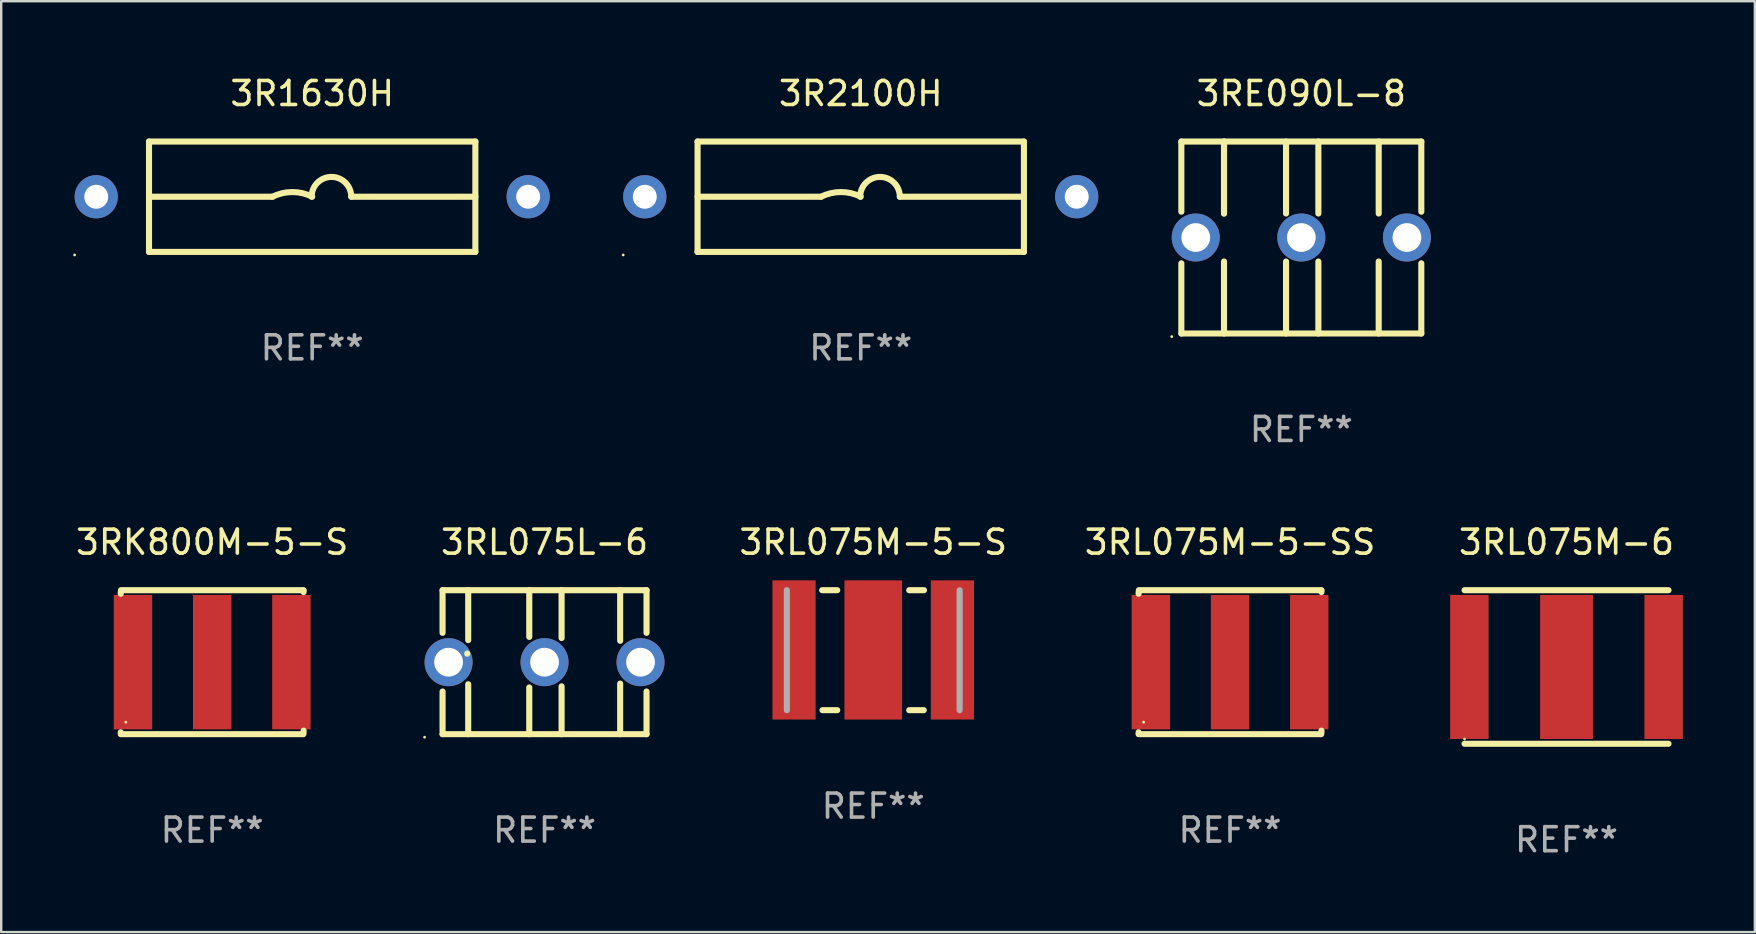
<source format=kicad_pcb>
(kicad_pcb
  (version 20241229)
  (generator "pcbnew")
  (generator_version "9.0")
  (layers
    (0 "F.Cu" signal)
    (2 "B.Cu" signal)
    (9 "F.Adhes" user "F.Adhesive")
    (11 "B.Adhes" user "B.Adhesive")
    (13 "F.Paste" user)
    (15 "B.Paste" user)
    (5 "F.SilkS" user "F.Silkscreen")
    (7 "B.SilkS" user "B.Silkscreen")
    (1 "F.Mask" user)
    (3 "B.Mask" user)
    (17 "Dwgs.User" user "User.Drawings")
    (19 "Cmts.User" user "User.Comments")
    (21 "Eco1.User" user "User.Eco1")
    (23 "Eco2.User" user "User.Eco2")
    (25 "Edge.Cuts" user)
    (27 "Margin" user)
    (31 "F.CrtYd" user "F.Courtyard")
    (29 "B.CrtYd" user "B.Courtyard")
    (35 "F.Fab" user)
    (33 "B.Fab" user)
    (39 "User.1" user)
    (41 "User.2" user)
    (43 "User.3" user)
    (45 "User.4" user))
  (footprint "3RL075M-5-SS"
    (layer "F.Cu")
    (at 48.209 24.545)
    (property "Reference" "3RL075M-5-SS" (at 0 -5 0) (layer "F.SilkS") (effects (font (size 1 1) (thickness 0.15))))
    (attr through_hole)
    (fp_line (start -3.81 -2.921) (end -3.81 -2.852) (stroke (width 0.254) (type solid)) (layer "F.SilkS"))
    (fp_line (start -3.81 2.921) (end -3.81 2.99) (stroke (width 0.254) (type solid)) (layer "F.SilkS"))
    (fp_line (start -3.8 -3) (end 3.8 -3) (stroke (width 0.254) (type solid)) (layer "F.SilkS"))
    (fp_line (start -3.8 3) (end 3.8 3) (stroke (width 0.254) (type solid)) (layer "F.SilkS"))
    (fp_line (start 3.81 -2.921) (end 3.81 -2.99) (stroke (width 0.254) (type solid)) (layer "F.SilkS"))
    (fp_line (start 3.81 2.921) (end 3.81 2.852) (stroke (width 0.254) (type solid)) (layer "F.SilkS"))
    (fp_circle (center -3.6 2.5) (end -3.57 2.5) (stroke (width 0.06) (type solid)) (fill no) (layer "F.SilkS"))
    (fp_text user "REF**" (at 0 7 0) (layer "F.Fab") (effects (font (size 1 1) (thickness 0.15))))
    (pad "1" smd rect (at -3.3 0) (size 1.6 5.6) (layers "F.Cu" "F.Mask" "F.Paste"))
    (pad "2" smd rect (at 3.3 0) (size 1.6 5.6) (layers "F.Cu" "F.Mask" "F.Paste"))
    (pad "3" smd rect (at 0 0) (size 1.6 5.6) (layers "F.Cu" "F.Mask" "F.Paste")))
  (footprint "3R2100H"
    (layer "F.Cu")
    (at 32.82 5.148)
    (property "Reference" "3R2100H" (at 0 -4.3 0) (layer "F.SilkS") (effects (font (size 1 1) (thickness 0.15))))
    (attr through_hole)
    (fp_line (start -6.8 -2.3) (end -6.8 2.3) (stroke (width 0.254) (type solid)) (layer "F.SilkS"))
    (fp_line (start -6.8 -2.3) (end 6.8 -2.3) (stroke (width 0.254) (type solid)) (layer "F.SilkS"))
    (fp_line (start -6.8 2.3) (end 6.8 2.3) (stroke (width 0.254) (type solid)) (layer "F.SilkS"))
    (fp_line (start -1.651 0) (end -6.8 0) (stroke (width 0.254) (type solid)) (layer "F.SilkS"))
    (fp_line (start 1.628 0) (end 6.8 0) (stroke (width 0.254) (type solid)) (layer "F.SilkS"))
    (fp_line (start 6.8 -2.3) (end 6.8 2.3) (stroke (width 0.254) (type solid)) (layer "F.SilkS"))
    (fp_arc (start -1.651003 0) (mid -0.825502 -0.194874) (end 0 0) (stroke (width 0.254001) (type solid)) (layer "F.SilkS"))
    (fp_arc (start -0.023013 0) (mid 0.802489 -0.825502) (end 1.627991 0) (stroke (width 0.254001) (type solid)) (layer "F.SilkS"))
    (fp_circle (center -9.9 2.427) (end -9.87 2.427) (stroke (width 0.06) (type solid)) (fill no) (layer "F.SilkS"))
    (fp_text user "REF**" (at 0 6.3 0) (layer "F.Fab") (effects (font (size 1 1) (thickness 0.15))))
    (pad "1" thru_hole circle (at -9 0.002) (size 1.8 1.8) (drill 1) (layers "*.Cu" "*.Mask"))
    (pad "2" thru_hole circle (at 9 0) (size 1.8 1.8) (drill 1) (layers "*.Cu" "*.Mask")))
  (footprint "3RK800M-5-S"
    (layer "F.Cu")
    (at 5.792 24.545)
    (property "Reference" "3RK800M-5-S" (at 0 -5 0) (layer "F.SilkS") (effects (font (size 1 1) (thickness 0.15))))
    (attr through_hole)
    (fp_line (start -3.81 -2.921) (end -3.81 -2.852) (stroke (width 0.254) (type solid)) (layer "F.SilkS"))
    (fp_line (start -3.81 2.921) (end -3.81 2.99) (stroke (width 0.254) (type solid)) (layer "F.SilkS"))
    (fp_line (start -3.8 -3) (end 3.8 -3) (stroke (width 0.254) (type solid)) (layer "F.SilkS"))
    (fp_line (start -3.8 3) (end 3.8 3) (stroke (width 0.254) (type solid)) (layer "F.SilkS"))
    (fp_line (start 3.81 -2.921) (end 3.81 -2.99) (stroke (width 0.254) (type solid)) (layer "F.SilkS"))
    (fp_line (start 3.81 2.921) (end 3.81 2.852) (stroke (width 0.254) (type solid)) (layer "F.SilkS"))
    (fp_circle (center -3.6 2.5) (end -3.57 2.5) (stroke (width 0.06) (type solid)) (fill no) (layer "F.SilkS"))
    (fp_text user "REF**" (at 0 7 0) (layer "F.Fab") (effects (font (size 1 1) (thickness 0.15))))
    (pad "1" smd rect (at -3.3 0) (size 1.6 5.6) (layers "F.Cu" "F.Mask" "F.Paste"))
    (pad "2" smd rect (at 3.3 0) (size 1.6 5.6) (layers "F.Cu" "F.Mask" "F.Paste"))
    (pad "3" smd rect (at 0 0) (size 1.6 5.6) (layers "F.Cu" "F.Mask" "F.Paste")))
  (footprint "3RL075M-6"
    (layer "F.Cu")
    (at 62.231 24.745)
    (property "Reference" "3RL075M-6" (at 0 -5.2 0) (layer "F.SilkS") (effects (font (size 1 1) (thickness 0.15))))
    (attr through_hole)
    (fp_line (start -4.25 -3.2) (end 4.25 -3.2) (stroke (width 0.254) (type solid)) (layer "F.SilkS"))
    (fp_line (start -4.25 3.2) (end 4.25 3.2) (stroke (width 0.254) (type solid)) (layer "F.SilkS"))
    (fp_circle (center -4.25 3) (end -4.22 3) (stroke (width 0.06) (type solid)) (fill no) (layer "F.SilkS"))
    (fp_text user "REF**" (at 0 7.2 0) (layer "F.Fab") (effects (font (size 1 1) (thickness 0.15))))
    (pad "1" smd rect (at -4.05 0) (size 1.6 6) (layers "F.Cu" "F.Mask" "F.Paste"))
    (pad "2" smd rect (at 4.047 0) (size 1.6 6) (layers "F.Cu" "F.Mask" "F.Paste"))
    (pad "3" smd rect (at 0 0) (size 2.2 6) (layers "F.Cu" "F.Mask" "F.Paste")))
  (footprint "3R1630H"
    (layer "F.Cu")
    (at 9.96 5.148)
    (property "Reference" "3R1630H" (at 0 -4.3 0) (layer "F.SilkS") (effects (font (size 1 1) (thickness 0.15))))
    (attr through_hole)
    (fp_line (start -6.8 -2.3) (end -6.8 2.3) (stroke (width 0.254) (type solid)) (layer "F.SilkS"))
    (fp_line (start -6.8 -2.3) (end 6.8 -2.3) (stroke (width 0.254) (type solid)) (layer "F.SilkS"))
    (fp_line (start -6.8 2.3) (end 6.8 2.3) (stroke (width 0.254) (type solid)) (layer "F.SilkS"))
    (fp_line (start -1.651 0) (end -6.8 0) (stroke (width 0.254) (type solid)) (layer "F.SilkS"))
    (fp_line (start 1.628 0) (end 6.8 0) (stroke (width 0.254) (type solid)) (layer "F.SilkS"))
    (fp_line (start 6.8 -2.3) (end 6.8 2.3) (stroke (width 0.254) (type solid)) (layer "F.SilkS"))
    (fp_arc (start -1.651003 0) (mid -0.825502 -0.194874) (end 0 0) (stroke (width 0.254001) (type solid)) (layer "F.SilkS"))
    (fp_arc (start -0.023013 0) (mid 0.802489 -0.825502) (end 1.627991 0) (stroke (width 0.254001) (type solid)) (layer "F.SilkS"))
    (fp_circle (center -9.9 2.427) (end -9.87 2.427) (stroke (width 0.06) (type solid)) (fill no) (layer "F.SilkS"))
    (fp_text user "REF**" (at 0 6.3 0) (layer "F.Fab") (effects (font (size 1 1) (thickness 0.15))))
    (pad "1" thru_hole circle (at -9 0.002) (size 1.8 1.8) (drill 1) (layers "*.Cu" "*.Mask"))
    (pad "2" thru_hole circle (at 9 0) (size 1.8 1.8) (drill 1) (layers "*.Cu" "*.Mask")))
  (footprint "3RL075M-5-S"
    (layer "F.Cu")
    (at 33.34 24.045)
    (property "Reference" "3RL075M-5-S" (at 0 -4.5 0) (layer "F.SilkS") (effects (font (size 1 1) (thickness 0.15))))
    (attr through_hole)
    (fp_line (start -2.13 -2.5) (end -1.5 -2.5) (stroke (width 0.254) (type solid)) (layer "F.SilkS"))
    (fp_line (start -2.115 2.5) (end -1.5 2.5) (stroke (width 0.254) (type solid)) (layer "F.SilkS"))
    (fp_line (start 1.5 -2.5) (end 2.115 -2.5) (stroke (width 0.254) (type solid)) (layer "F.SilkS"))
    (fp_line (start 1.5 2.5) (end 2.105 2.5) (stroke (width 0.254) (type solid)) (layer "F.SilkS"))
    (fp_circle (center -3.6 2.49) (end -3.57 2.49) (stroke (width 0.06) (type solid)) (fill no) (layer "F.SilkS"))
    (fp_line (start -3.6 2.5) (end -3.6 -2.5) (stroke (width 0.254) (type solid)) (layer "F.Fab"))
    (fp_line (start 3.6 -2.5) (end 3.6 2.5) (stroke (width 0.254) (type solid)) (layer "F.Fab"))
    (fp_text user "REF**" (at 0 6.5 0) (layer "F.Fab") (effects (font (size 1 1) (thickness 0.15))))
    (pad "1" smd rect (at -3.3 -0.01) (size 1.8 5.8) (layers "F.Cu" "F.Mask" "F.Paste"))
    (pad "2" smd rect (at 0 -0.01) (size 2.4 5.8) (layers "F.Cu" "F.Mask" "F.Paste"))
    (pad "3" smd rect (at 3.3 -0.01) (size 1.8 5.8) (layers "F.Cu" "F.Mask" "F.Paste")))
  (footprint "3RL075L-6"
    (layer "F.Cu")
    (at 19.643 24.545)
    (property "Reference" "3RL075L-6" (at 0 -5 0) (layer "F.SilkS") (effects (font (size 1 1) (thickness 0.15))))
    (attr through_hole)
    (fp_line (start -4.25 -3) (end -4.25 -1.222) (stroke (width 0.254) (type solid)) (layer "F.SilkS"))
    (fp_line (start -4.25 -3) (end 4.25 -3) (stroke (width 0.254) (type solid)) (layer "F.SilkS"))
    (fp_line (start -4.25 1.222) (end -4.25 3) (stroke (width 0.254) (type solid)) (layer "F.SilkS"))
    (fp_line (start -4.25 3) (end 4.25 3) (stroke (width 0.254) (type solid)) (layer "F.SilkS"))
    (fp_line (start -3.222 -0.359) (end -3.222 -0.353) (stroke (width 0.254) (type solid)) (layer "F.SilkS"))
    (fp_line (start -3.181 -3) (end -3.181 -0.918) (stroke (width 0.254) (type solid)) (layer "F.SilkS"))
    (fp_line (start -3.181 0.918) (end -3.181 3) (stroke (width 0.254) (type solid)) (layer "F.SilkS"))
    (fp_line (start -0.637 -1.053) (end -0.637 -3) (stroke (width 0.254) (type solid)) (layer "F.SilkS"))
    (fp_line (start -0.637 3) (end -0.637 1.053) (stroke (width 0.254) (type solid)) (layer "F.SilkS"))
    (fp_line (start 0.71 -3) (end 0.71 -1.006) (stroke (width 0.254) (type solid)) (layer "F.SilkS"))
    (fp_line (start 0.71 1.006) (end 0.71 3) (stroke (width 0.254) (type solid)) (layer "F.SilkS"))
    (fp_line (start 3.151 -3) (end 3.151 -0.891) (stroke (width 0.254) (type solid)) (layer "F.SilkS"))
    (fp_line (start 3.151 0.891) (end 3.151 3) (stroke (width 0.254) (type solid)) (layer "F.SilkS"))
    (fp_line (start 4.25 -3) (end 4.25 -1.222) (stroke (width 0.254) (type solid)) (layer "F.SilkS"))
    (fp_line (start 4.25 1.222) (end 4.25 3) (stroke (width 0.254) (type solid)) (layer "F.SilkS"))
    (fp_circle (center -5 3.127) (end -4.97 3.127) (stroke (width 0.06) (type solid)) (fill no) (layer "F.SilkS"))
    (fp_text user "REF**" (at 0 7 0) (layer "F.Fab") (effects (font (size 1 1) (thickness 0.15))))
    (pad "1" thru_hole circle (at -4 0) (size 2 2) (drill 1.2) (layers "*.Cu" "*.Mask"))
    (pad "2" thru_hole circle (at 4 0) (size 2 2) (drill 1.2) (layers "*.Cu" "*.Mask"))
    (pad "3" thru_hole circle (at 0 0) (size 2 2) (drill 1.2) (layers "*.Cu" "*.Mask")))
  (footprint "3RE090L-8"
    (layer "F.Cu")
    (at 51.18 6.848)
    (property "Reference" "3RE090L-8" (at 0 -6 0) (layer "F.SilkS") (effects (font (size 1 1) (thickness 0.15))))
    (attr through_hole)
    (fp_line (start -5 -4) (end -5 -1.075) (stroke (width 0.254) (type solid)) (layer "F.SilkS"))
    (fp_line (start -5 -4) (end 5 -4) (stroke (width 0.254) (type solid)) (layer "F.SilkS"))
    (fp_line (start -5 1.075) (end -5 4) (stroke (width 0.254) (type solid)) (layer "F.SilkS"))
    (fp_line (start -5 4) (end 5 4) (stroke (width 0.254) (type solid)) (layer "F.SilkS"))
    (fp_line (start -3.222 -1) (end -3.222 -4) (stroke (width 0.254) (type solid)) (layer "F.SilkS"))
    (fp_line (start -3.222 -1) (end -3.222 -4) (stroke (width 0.254) (type solid)) (layer "F.SilkS"))
    (fp_line (start -3.222 1) (end -3.222 4) (stroke (width 0.254) (type solid)) (layer "F.SilkS"))
    (fp_line (start -0.637 -1) (end -0.637 -4) (stroke (width 0.254) (type solid)) (layer "F.SilkS"))
    (fp_line (start -0.637 1) (end -0.637 4) (stroke (width 0.254) (type solid)) (layer "F.SilkS"))
    (fp_line (start 0.71 -1) (end 0.71 -4) (stroke (width 0.254) (type solid)) (layer "F.SilkS"))
    (fp_line (start 0.71 1) (end 0.71 4) (stroke (width 0.254) (type solid)) (layer "F.SilkS"))
    (fp_line (start 3.224 -1) (end 3.224 -4) (stroke (width 0.254) (type solid)) (layer "F.SilkS"))
    (fp_line (start 3.224 1) (end 3.224 4) (stroke (width 0.254) (type solid)) (layer "F.SilkS"))
    (fp_line (start 5 -4) (end 5 -1.075) (stroke (width 0.254) (type solid)) (layer "F.SilkS"))
    (fp_line (start 5 1.075) (end 5 4) (stroke (width 0.254) (type solid)) (layer "F.SilkS"))
    (fp_circle (center -5.4 4.127) (end -5.37 4.127) (stroke (width 0.06) (type solid)) (fill no) (layer "F.SilkS"))
    (fp_text user "REF**" (at 0 8 0) (layer "F.Fab") (effects (font (size 1 1) (thickness 0.15))))
    (pad "1" thru_hole circle (at -4.4 0) (size 2 2) (drill 1.2) (layers "*.Cu" "*.Mask"))
    (pad "2" thru_hole circle (at 4.4 0) (size 2 2) (drill 1.2) (layers "*.Cu" "*.Mask"))
    (pad "3" thru_hole circle (at 0 0) (size 2 2) (drill 1.2) (layers "*.Cu" "*.Mask")))
  (gr_rect
    (start -3 -3)
    (end 70.079 35.793)
    (stroke (width 0.1) (type default))
    (fill no)
    (layer "Edge.Cuts")))
</source>
